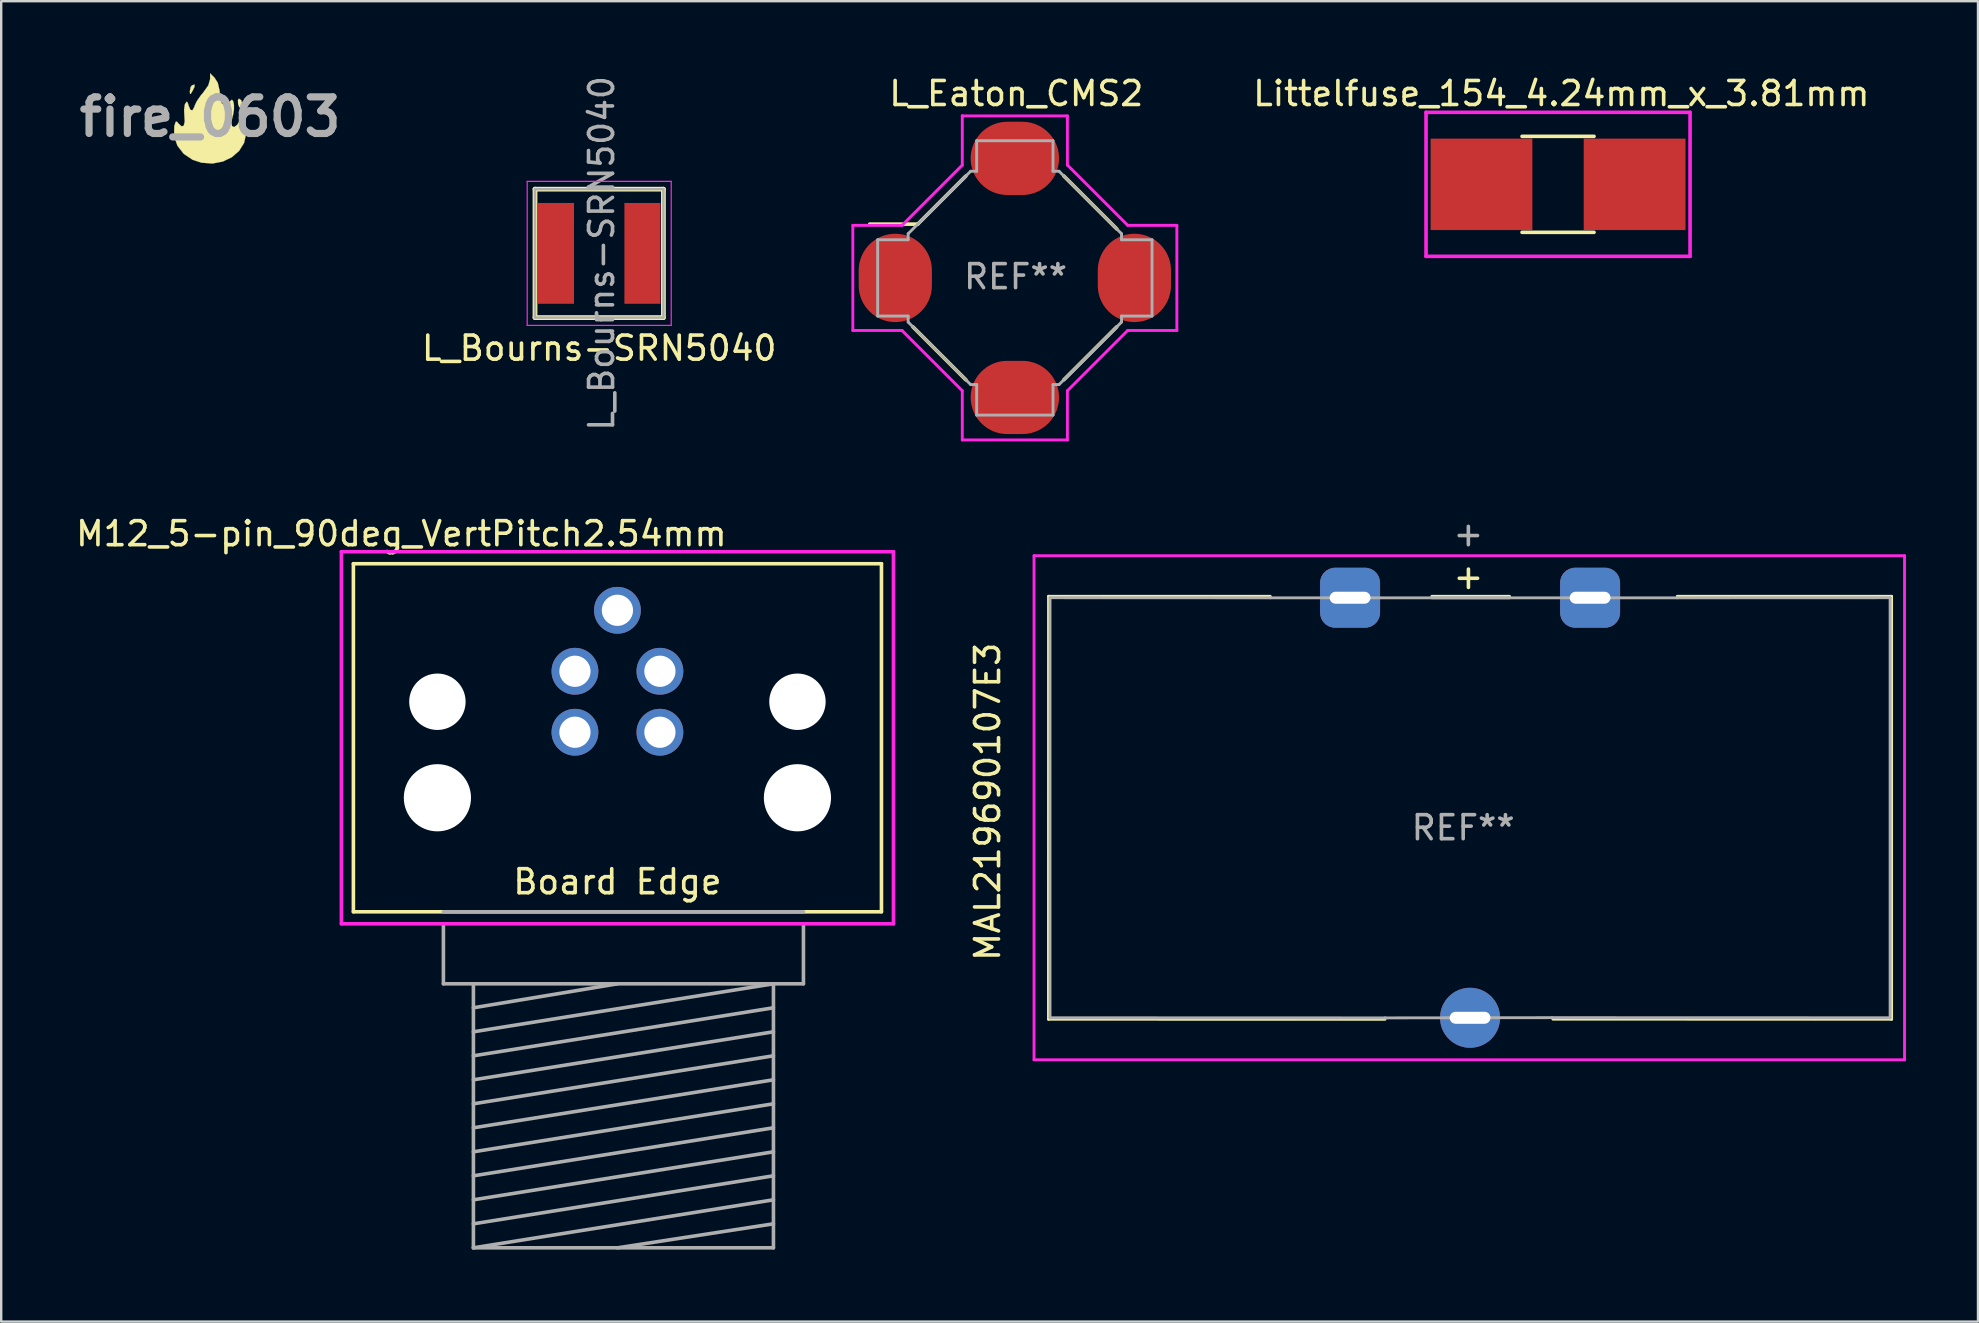
<source format=kicad_pcb>
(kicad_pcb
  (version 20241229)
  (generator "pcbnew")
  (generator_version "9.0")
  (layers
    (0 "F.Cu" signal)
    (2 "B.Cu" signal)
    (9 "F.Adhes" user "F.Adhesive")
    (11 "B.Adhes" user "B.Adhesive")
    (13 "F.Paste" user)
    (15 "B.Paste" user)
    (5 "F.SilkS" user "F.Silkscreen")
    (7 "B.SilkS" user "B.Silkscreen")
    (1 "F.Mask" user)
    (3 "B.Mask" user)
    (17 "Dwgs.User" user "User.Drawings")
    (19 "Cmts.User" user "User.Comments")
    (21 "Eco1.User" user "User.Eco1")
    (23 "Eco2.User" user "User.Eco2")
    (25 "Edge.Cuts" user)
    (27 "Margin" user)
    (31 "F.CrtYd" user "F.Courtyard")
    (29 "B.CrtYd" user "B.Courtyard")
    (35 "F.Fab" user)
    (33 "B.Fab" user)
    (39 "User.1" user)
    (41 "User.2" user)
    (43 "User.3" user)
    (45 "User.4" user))
  (footprint "MAL219690107E3"
    (layer "F.Cu")
    (at 53.195 21.852)
    (property "Reference" "MAL219690107E3" (at -15.1 8.5 270) (layer "F.SilkS") (effects (font (size 1 1) (thickness 0.15))))
    (attr through_hole)
    (fp_line (start -12.564 17.561) (end 1.457 17.564) (stroke (width 0.12) (type solid)) (layer "F.SilkS"))
    (fp_line (start -12.561 -0.059) (end -12.564 17.561) (stroke (width 0.12) (type solid)) (layer "F.SilkS"))
    (fp_line (start -12.561 -0.059) (end -3.323 -0.059) (stroke (width 0.12) (type solid)) (layer "F.SilkS"))
    (fp_line (start 6.646 -0.059) (end 3.408 -0.059) (stroke (width 0.12) (type solid)) (layer "F.SilkS"))
    (fp_line (start 22.562 -0.059) (end 13.631 -0.059) (stroke (width 0.12) (type solid)) (layer "F.SilkS"))
    (fp_line (start 22.562 17.561) (end 8.452 17.558) (stroke (width 0.12) (type solid)) (layer "F.SilkS"))
    (fp_line (start 22.562 17.561) (end 22.562 -0.059) (stroke (width 0.12) (type solid)) (layer "F.SilkS"))
    (fp_line (start -13.166 19.25) (end -13.166 -1.75) (stroke (width 0.12) (type solid)) (layer "F.CrtYd"))
    (fp_line (start 23.101 -1.75) (end -13.166 -1.75) (stroke (width 0.12) (type solid)) (layer "F.CrtYd"))
    (fp_line (start 23.101 19.25) (end -13.166 19.25) (stroke (width 0.12) (type solid)) (layer "F.CrtYd"))
    (fp_line (start 23.101 19.25) (end 23.101 -1.75) (stroke (width 0.12) (type solid)) (layer "F.CrtYd"))
    (fp_line (start -12.499 0) (end -3.323 0.004) (stroke (width 0.12) (type solid)) (layer "F.Fab"))
    (fp_line (start -12.499 17.5) (end -12.499 0) (stroke (width 0.12) (type solid)) (layer "F.Fab"))
    (fp_line (start -12.499 17.5) (end 1.46 17.505) (stroke (width 0.12) (type solid)) (layer "F.Fab"))
    (fp_line (start -3.323 0.004) (end 13.631 0.004) (stroke (width 0.12) (type solid)) (layer "F.Fab"))
    (fp_line (start 1.46 17.505) (end 8.414 17.495) (stroke (width 0.12) (type solid)) (layer "F.Fab"))
    (fp_line (start 6.646 0.004) (end 3.408 0.004) (stroke (width 0.12) (type solid)) (layer "F.Fab"))
    (fp_line (start 22.5 0) (end 13.631 0.004) (stroke (width 0.12) (type solid)) (layer "F.Fab"))
    (fp_line (start 22.5 0) (end 22.5 17.5) (stroke (width 0.12) (type solid)) (layer "F.Fab"))
    (fp_line (start 22.5 17.5) (end 8.414 17.495) (stroke (width 0.12) (type solid)) (layer "F.Fab"))
    (fp_text user "+" (at 4.932 -0.885 180) (layer "F.SilkS") (effects (font (size 1 1) (thickness 0.15))))
    (fp_text user "REF**" (at 4.713 9.584 0) (layer "F.Fab") (effects (font (size 1 1) (thickness 0.15))))
    (fp_text user "+" (at 4.929 -2.665 180) (layer "F.Fab") (effects (font (size 1 1) (thickness 0.15))))
    (pad "1" thru_hole roundrect (at 0.001 0) (size 2.5 2.5) (drill oval 1.7 0.5) (layers "*.Cu" "*.Mask") (roundrect_rratio 0.25))
    (pad "1" thru_hole roundrect (at 10.001 0 270) (size 2.5 2.5) (drill oval 0.5 1.7) (layers "*.Cu" "*.Mask") (roundrect_rratio 0.25))
    (pad "2" thru_hole circle (at 5 17.5 270) (size 2.5 2.5) (drill oval 0.5 1.7) (layers "*.Cu" "*.Mask")))
  (footprint "L_Bourns-SRN5040"
    (layer "F.Cu")
    (at 21.914 7.506)
    (property "Reference" "L_Bourns-SRN5040" (at 0 3.95 0) (layer "F.SilkS") (effects (font (size 1 1) (thickness 0.15))))
    (attr smd)
    (fp_line (start -2.675 -2.675) (end 2.675 -2.675) (stroke (width 0.2) (type solid)) (layer "F.SilkS"))
    (fp_line (start -2.675 2.675) (end -2.675 -2.675) (stroke (width 0.2) (type solid)) (layer "F.SilkS"))
    (fp_line (start 2.675 -2.675) (end 2.675 2.675) (stroke (width 0.2) (type solid)) (layer "F.SilkS"))
    (fp_line (start 2.675 2.675) (end -2.675 2.675) (stroke (width 0.2) (type solid)) (layer "F.SilkS"))
    (fp_line (start -3 -3) (end 3 -3) (stroke (width 0.05) (type solid)) (layer "F.CrtYd"))
    (fp_line (start -3 3) (end -3 -3) (stroke (width 0.05) (type solid)) (layer "F.CrtYd"))
    (fp_line (start 3 -3) (end 3 3) (stroke (width 0.05) (type solid)) (layer "F.CrtYd"))
    (fp_line (start 3 3) (end -3 3) (stroke (width 0.05) (type solid)) (layer "F.CrtYd"))
    (fp_line (start -2.675 -2.675) (end 2.675 -2.675) (stroke (width 0.1) (type solid)) (layer "F.Fab"))
    (fp_line (start -2.675 2.675) (end -2.675 -2.675) (stroke (width 0.1) (type solid)) (layer "F.Fab"))
    (fp_line (start 2.675 -2.675) (end 2.675 2.675) (stroke (width 0.1) (type solid)) (layer "F.Fab"))
    (fp_line (start 2.675 2.675) (end -2.675 2.675) (stroke (width 0.1) (type solid)) (layer "F.Fab"))
    (fp_text user "${REFERENCE}" (at 0.1 0 90) (layer "F.Fab") (effects (font (size 1 1) (thickness 0.15))))
    (pad "1" smd rect (at -1.8 0) (size 1.5 4.2) (layers "F.Cu" "F.Mask" "F.Paste"))
    (pad "2" smd rect (at 1.8 0) (size 1.5 4.2) (layers "F.Cu" "F.Mask" "F.Paste")))
  (footprint "M12_5-pin_90deg_VertPitch2.54mm"
    (layer "F.Cu")
    (at 22.673 26.186)
    (property "Reference" "M12_5-pin_90deg_VertPitch2.54mm" (at -9 -7 0) (layer "F.SilkS") (effects (font (size 1 1) (thickness 0.15))))
    (attr through_hole)
    (fp_line (start -11 -5.75) (end 11 -5.75) (stroke (width 0.15) (type solid)) (layer "F.SilkS"))
    (fp_line (start -11 8.75) (end -11 -5.75) (stroke (width 0.15) (type solid)) (layer "F.SilkS"))
    (fp_line (start 11 -5.75) (end 11 8.75) (stroke (width 0.15) (type solid)) (layer "F.SilkS"))
    (fp_line (start 11 8.75) (end -11 8.75) (stroke (width 0.15) (type solid)) (layer "F.SilkS"))
    (fp_line (start -11.5 -6.25) (end 11.5 -6.25) (stroke (width 0.15) (type solid)) (layer "F.CrtYd"))
    (fp_line (start -11.5 9.25) (end -11.5 -6.25) (stroke (width 0.15) (type solid)) (layer "F.CrtYd"))
    (fp_line (start 11.5 -6.25) (end 11.5 9.25) (stroke (width 0.15) (type solid)) (layer "F.CrtYd"))
    (fp_line (start 11.5 9.25) (end -11.5 9.25) (stroke (width 0.15) (type solid)) (layer "F.CrtYd"))
    (fp_line (start -7.25 11.75) (end -7.25 9.25) (stroke (width 0.15) (type solid)) (layer "F.Fab"))
    (fp_line (start -7.25 11.75) (end 7.75 11.75) (stroke (width 0.15) (type solid)) (layer "F.Fab"))
    (fp_line (start -6 11.75) (end -6 22.75) (stroke (width 0.15) (type solid)) (layer "F.Fab"))
    (fp_line (start -6 13.75) (end 6.5 11.75) (stroke (width 0.15) (type solid)) (layer "F.Fab"))
    (fp_line (start -6 14.75) (end 6.5 12.75) (stroke (width 0.15) (type solid)) (layer "F.Fab"))
    (fp_line (start -6 15.75) (end 6.5 13.75) (stroke (width 0.15) (type solid)) (layer "F.Fab"))
    (fp_line (start -6 16.75) (end 6.5 14.75) (stroke (width 0.15) (type solid)) (layer "F.Fab"))
    (fp_line (start -6 17.75) (end 6.5 15.75) (stroke (width 0.15) (type solid)) (layer "F.Fab"))
    (fp_line (start -6 18.75) (end 6.5 16.75) (stroke (width 0.15) (type solid)) (layer "F.Fab"))
    (fp_line (start -6 19.75) (end 6.5 17.75) (stroke (width 0.15) (type solid)) (layer "F.Fab"))
    (fp_line (start -6 20.75) (end 6.5 18.75) (stroke (width 0.15) (type solid)) (layer "F.Fab"))
    (fp_line (start -6 21.75) (end 6.5 19.75) (stroke (width 0.15) (type solid)) (layer "F.Fab"))
    (fp_line (start -6 22.75) (end 6.5 20.75) (stroke (width 0.15) (type solid)) (layer "F.Fab"))
    (fp_line (start 0 11.75) (end -6 12.75) (stroke (width 0.15) (type solid)) (layer "F.Fab"))
    (fp_line (start 6.5 21.75) (end 0 22.75) (stroke (width 0.15) (type solid)) (layer "F.Fab"))
    (fp_line (start 6.5 22.75) (end -6 22.75) (stroke (width 0.15) (type solid)) (layer "F.Fab"))
    (fp_line (start 6.5 22.75) (end 6.5 11.75) (stroke (width 0.15) (type solid)) (layer "F.Fab"))
    (fp_line (start 7.75 8.75) (end -7.25 8.75) (stroke (width 0.15) (type solid)) (layer "F.Fab"))
    (fp_line (start 7.75 11.75) (end 7.75 9.25) (stroke (width 0.15) (type solid)) (layer "F.Fab"))
    (fp_text user "Board Edge" (at 0 7.5 0) (layer "F.SilkS") (effects (font (size 1 1) (thickness 0.15))))
    (pad "" np_thru_hole circle (at -7.5 0) (size 2.35 2.35) (drill 2.35) (layers "*.Cu" "*.Mask"))
    (pad "" np_thru_hole circle (at -7.5 4) (size 2.8 2.8) (drill 2.8) (layers "*.Cu" "*.Mask"))
    (pad "" np_thru_hole circle (at 7.5 0) (size 2.35 2.35) (drill 2.35) (layers "*.Cu" "*.Mask"))
    (pad "" np_thru_hole circle (at 7.5 4) (size 2.8 2.8) (drill 2.8) (layers "*.Cu" "*.Mask"))
    (pad "1" thru_hole circle (at 1.77 -1.27) (size 1.95 1.95) (drill 1.3) (layers "*.Cu" "*.Mask"))
    (pad "2" thru_hole circle (at -1.77 -1.27) (size 1.95 1.95) (drill 1.3) (layers "*.Cu" "*.Mask"))
    (pad "3" thru_hole circle (at -1.77 1.27) (size 1.95 1.95) (drill 1.3) (layers "*.Cu" "*.Mask"))
    (pad "4" thru_hole circle (at 1.77 1.27) (size 1.95 1.95) (drill 1.3) (layers "*.Cu" "*.Mask"))
    (pad "5" thru_hole circle (at 0 -3.81) (size 1.95 1.95) (drill 1.3) (layers "*.Cu" "*.Mask")))
  (footprint "fire_0603"
    (layer "F.Cu")
    (at 5.704 1.821)
    (property "Reference" "fire_0603" (at 0 0 0) (layer "F.Fab") (effects (font (size 1.524 1.524) (thickness 0.3))))
    (attr through_hole)
    (fp_poly (pts (xy -0.651 -1.254) (xy -0.724 -1.101) (xy -0.807 -0.96) (xy -0.838 -0.963) (xy -0.844 -1.075) (xy -0.809 -1.247) (xy -0.756 -1.316) (xy -0.651 -1.348) (xy -0.651 -1.254)) (stroke (width 0.01) (type solid)) (fill yes) (layer "F.SilkS"))
    (fp_poly (pts (xy 1.296 -0.694) (xy 1.336 -0.549) (xy 1.296 -0.416) (xy 1.292 -0.412) (xy 1.215 -0.406) (xy 1.166 -0.544) (xy 1.16 -0.704) (xy 1.2 -0.762) (xy 1.296 -0.694)) (stroke (width 0.01) (type solid)) (fill yes) (layer "F.SilkS"))
    (fp_poly (pts (xy 0.183 -1.633) (xy 0.319 -1.42) (xy 0.393 -1.096) (xy 0.405 -0.979) (xy 0.438 -0.703) (xy 0.488 -0.559) (xy 0.571 -0.51) (xy 0.599 -0.508) (xy 0.766 -0.575) (xy 0.836 -0.655) (xy 0.908 -0.718) (xy 0.962 -0.651) (xy 0.993 -0.496) (xy 0.992 -0.293) (xy 0.955 -0.081) (xy 0.938 -0.03) (xy 0.882 0.225) (xy 0.912 0.383) (xy 1.003 0.424) (xy 1.13 0.328) (xy 1.214 0.197) (xy 1.332 -0.029) (xy 1.437 0.29) (xy 1.498 0.704) (xy 1.413 1.085) (xy 1.207 1.415) (xy 0.904 1.679) (xy 0.526 1.859) (xy 0.097 1.941) (xy -0.359 1.907) (xy -0.728 1.786) (xy -1.098 1.539) (xy -1.362 1.2) (xy -1.5 0.807) (xy -1.493 0.398) (xy -1.485 0.363) (xy -1.436 0.206) (xy -1.383 0.196) (xy -1.311 0.284) (xy -1.184 0.397) (xy -1.095 0.36) (xy -1.057 0.187) (xy -1.071 -0.036) (xy -1.084 -0.297) (xy -1.055 -0.507) (xy -1.038 -0.55) (xy -0.974 -0.637) (xy -0.929 -0.583) (xy -0.899 -0.476) (xy -0.822 -0.293) (xy -0.734 -0.276) (xy -0.654 -0.424) (xy -0.642 -0.468) (xy -0.554 -0.656) (xy -0.392 -0.891) (xy -0.294 -1.007) (xy -0.075 -1.313) (xy 0 -1.574) (xy 0 -1.816) (xy 0.183 -1.633)) (stroke (width 0.01) (type solid)) (fill yes) (layer "F.SilkS")))
  (footprint "L_Eaton_CMS2"
    (layer "F.Cu")
    (at 39.23 8.528)
    (property "Reference" "L_Eaton_CMS2" (at 0.06 -7.68 0) (layer "F.SilkS") (effects (font (size 1 1) (thickness 0.15))))
    (attr through_hole)
    (fp_line (start -6.045 -2.241) (end -4.045 -2.241) (stroke (width 0.15) (type solid)) (layer "F.SilkS"))
    (fp_line (start -4.045 -2.241) (end -2.041 -4.245) (stroke (width 0.15) (type solid)) (layer "F.SilkS"))
    (fp_line (start -2.041 4.245) (end -4.245 2.041) (stroke (width 0.15) (type solid)) (layer "F.SilkS"))
    (fp_line (start 2.041 -4.245) (end 4.245 -2.041) (stroke (width 0.15) (type solid)) (layer "F.SilkS"))
    (fp_line (start 4.245 2.041) (end 2.041 4.245) (stroke (width 0.15) (type solid)) (layer "F.SilkS"))
    (fp_line (start -6.75 -2.19) (end -6.75 2.19) (stroke (width 0.12) (type solid)) (layer "F.CrtYd"))
    (fp_line (start -6.75 2.19) (end -4.7 2.19) (stroke (width 0.12) (type solid)) (layer "F.CrtYd"))
    (fp_line (start -4.7 -2.19) (end -6.75 -2.19) (stroke (width 0.12) (type solid)) (layer "F.CrtYd"))
    (fp_line (start -4.7 2.19) (end -2.19 4.7) (stroke (width 0.12) (type solid)) (layer "F.CrtYd"))
    (fp_line (start -2.19 -6.76) (end -2.19 -4.7) (stroke (width 0.12) (type solid)) (layer "F.CrtYd"))
    (fp_line (start -2.19 -4.7) (end -4.7 -2.19) (stroke (width 0.12) (type solid)) (layer "F.CrtYd"))
    (fp_line (start -2.19 4.7) (end -2.19 6.75) (stroke (width 0.12) (type solid)) (layer "F.CrtYd"))
    (fp_line (start -2.19 6.75) (end 2.19 6.75) (stroke (width 0.12) (type solid)) (layer "F.CrtYd"))
    (fp_line (start 2.19 -6.75) (end -2.19 -6.75) (stroke (width 0.12) (type solid)) (layer "F.CrtYd"))
    (fp_line (start 2.19 -6.75) (end 2.19 -4.7) (stroke (width 0.12) (type solid)) (layer "F.CrtYd"))
    (fp_line (start 2.19 4.7) (end 4.7 2.19) (stroke (width 0.12) (type solid)) (layer "F.CrtYd"))
    (fp_line (start 2.19 6.75) (end 2.19 4.7) (stroke (width 0.12) (type solid)) (layer "F.CrtYd"))
    (fp_line (start 4.7 -2.19) (end 2.19 -4.7) (stroke (width 0.12) (type solid)) (layer "F.CrtYd"))
    (fp_line (start 4.7 2.19) (end 6.75 2.19) (stroke (width 0.12) (type solid)) (layer "F.CrtYd"))
    (fp_line (start 6.75 -2.19) (end 4.7 -2.19) (stroke (width 0.12) (type solid)) (layer "F.CrtYd"))
    (fp_line (start 6.75 2.19) (end 6.75 -2.19) (stroke (width 0.12) (type solid)) (layer "F.CrtYd"))
    (fp_line (start -5.715 -1.59) (end -4.445 -1.59) (stroke (width 0.12) (type solid)) (layer "F.Fab"))
    (fp_line (start -5.715 1.59) (end -5.715 -1.59) (stroke (width 0.12) (type solid)) (layer "F.Fab"))
    (fp_line (start -4.445 -1.84) (end -1.84 -4.445) (stroke (width 0.12) (type solid)) (layer "F.Fab"))
    (fp_line (start -4.445 -1.59) (end -4.445 -1.84) (stroke (width 0.12) (type solid)) (layer "F.Fab"))
    (fp_line (start -4.445 1.59) (end -5.715 1.59) (stroke (width 0.12) (type solid)) (layer "F.Fab"))
    (fp_line (start -4.445 1.84) (end -4.445 1.59) (stroke (width 0.12) (type solid)) (layer "F.Fab"))
    (fp_line (start -1.84 4.445) (end -4.445 1.84) (stroke (width 0.12) (type solid)) (layer "F.Fab"))
    (fp_line (start -1.59 -5.715) (end 1.59 -5.715) (stroke (width 0.12) (type solid)) (layer "F.Fab"))
    (fp_line (start -1.59 -4.445) (end -1.84 -4.445) (stroke (width 0.12) (type solid)) (layer "F.Fab"))
    (fp_line (start -1.59 -4.445) (end -1.59 -5.715) (stroke (width 0.12) (type solid)) (layer "F.Fab"))
    (fp_line (start -1.59 4.445) (end -1.84 4.445) (stroke (width 0.12) (type solid)) (layer "F.Fab"))
    (fp_line (start -1.59 5.715) (end -1.59 4.445) (stroke (width 0.12) (type solid)) (layer "F.Fab"))
    (fp_line (start 1.59 -5.715) (end 1.59 -4.445) (stroke (width 0.12) (type solid)) (layer "F.Fab"))
    (fp_line (start 1.59 -4.445) (end 1.84 -4.445) (stroke (width 0.12) (type solid)) (layer "F.Fab"))
    (fp_line (start 1.59 4.445) (end 1.59 5.715) (stroke (width 0.12) (type solid)) (layer "F.Fab"))
    (fp_line (start 1.59 5.715) (end -1.59 5.715) (stroke (width 0.12) (type solid)) (layer "F.Fab"))
    (fp_line (start 1.84 -4.445) (end 4.445 -1.84) (stroke (width 0.12) (type solid)) (layer "F.Fab"))
    (fp_line (start 1.84 4.445) (end 1.59 4.445) (stroke (width 0.12) (type solid)) (layer "F.Fab"))
    (fp_line (start 4.445 -1.84) (end 4.445 -1.59) (stroke (width 0.12) (type solid)) (layer "F.Fab"))
    (fp_line (start 4.445 1.59) (end 4.445 1.84) (stroke (width 0.12) (type solid)) (layer "F.Fab"))
    (fp_line (start 4.445 1.84) (end 1.84 4.445) (stroke (width 0.12) (type solid)) (layer "F.Fab"))
    (fp_line (start 4.447 -1.59) (end 5.715 -1.59) (stroke (width 0.12) (type solid)) (layer "F.Fab"))
    (fp_line (start 5.715 -1.59) (end 5.715 1.59) (stroke (width 0.12) (type solid)) (layer "F.Fab"))
    (fp_line (start 5.715 1.59) (end 4.445 1.59) (stroke (width 0.12) (type solid)) (layer "F.Fab"))
    (fp_text user "REF**" (at 0.03 -0.05 0) (layer "F.Fab") (effects (font (size 1 1) (thickness 0.15))))
    (pad "1" smd oval (at -4.98 0) (size 3.05 3.68) (layers "F.Cu" "F.Mask" "F.Paste"))
    (pad "2" smd oval (at 0 4.98 90) (size 3.05 3.68) (layers "F.Cu" "F.Mask" "F.Paste"))
    (pad "3" smd oval (at 4.98 0 180) (size 3.05 3.68) (layers "F.Cu" "F.Mask" "F.Paste"))
    (pad "4" smd oval (at 0 -4.98 270) (size 3.05 3.68) (layers "F.Cu" "F.Mask" "F.Paste")))
  (footprint "Littelfuse_154_4.24mm_x_3.81mm"
    (layer "F.Cu")
    (at 61.861 4.63)
    (property "Reference" "Littelfuse_154_4.24mm_x_3.81mm" (at 0.137 -3.782 0) (layer "F.SilkS") (effects (font (size 1 1) (thickness 0.15))))
    (attr smd)
    (fp_line (start -1.5 -2) (end 1.5 -2) (stroke (width 0.15) (type solid)) (layer "F.SilkS"))
    (fp_line (start -1.5 2) (end 1.5 2) (stroke (width 0.15) (type solid)) (layer "F.SilkS"))
    (fp_line (start -5.5 -3) (end -5.5 3) (stroke (width 0.15) (type solid)) (layer "F.CrtYd"))
    (fp_line (start -5.5 -3) (end 5.5 -3) (stroke (width 0.15) (type solid)) (layer "F.CrtYd"))
    (fp_line (start -5.5 3) (end 5.5 3) (stroke (width 0.15) (type solid)) (layer "F.CrtYd"))
    (fp_line (start 5.5 -3) (end 5.5 3) (stroke (width 0.15) (type solid)) (layer "F.CrtYd"))
    (pad "1" smd rect (at -3.19 0) (size 4.24 3.81) (layers "F.Cu" "F.Mask" "F.Paste"))
    (pad "2" smd rect (at 3.19 0) (size 4.24 3.81) (layers "F.Cu" "F.Mask" "F.Paste")))
  (gr_rect
    (start -3 -3)
    (end 79.356 52.011)
    (stroke (width 0.1) (type default))
    (fill no)
    (layer "Edge.Cuts")))
</source>
